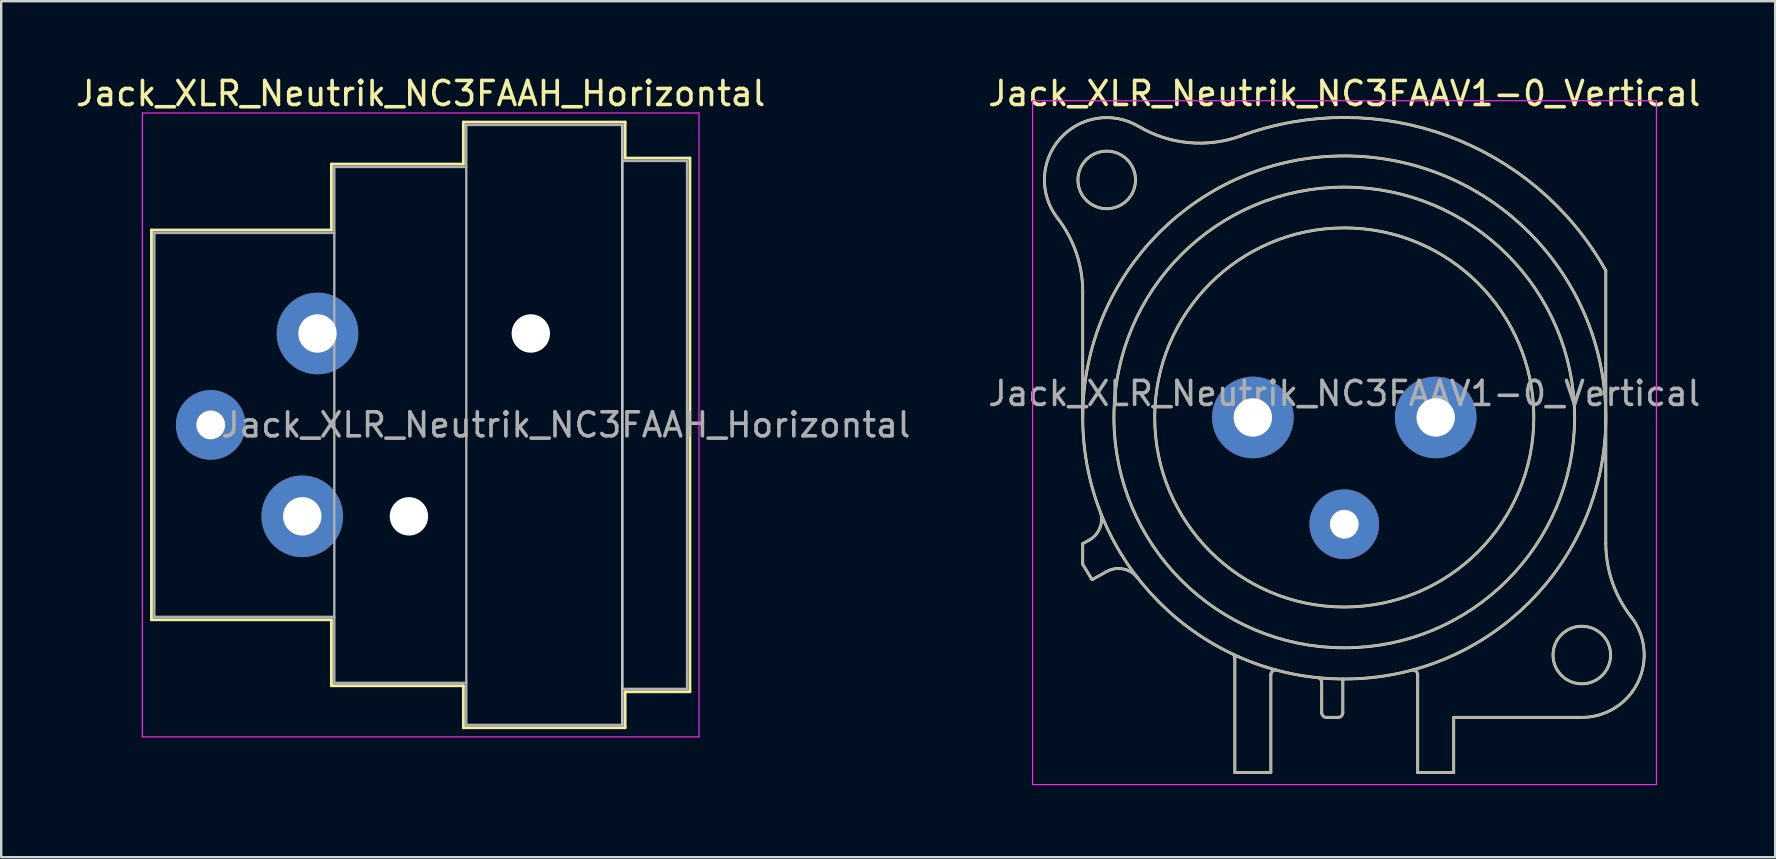
<source format=kicad_pcb>
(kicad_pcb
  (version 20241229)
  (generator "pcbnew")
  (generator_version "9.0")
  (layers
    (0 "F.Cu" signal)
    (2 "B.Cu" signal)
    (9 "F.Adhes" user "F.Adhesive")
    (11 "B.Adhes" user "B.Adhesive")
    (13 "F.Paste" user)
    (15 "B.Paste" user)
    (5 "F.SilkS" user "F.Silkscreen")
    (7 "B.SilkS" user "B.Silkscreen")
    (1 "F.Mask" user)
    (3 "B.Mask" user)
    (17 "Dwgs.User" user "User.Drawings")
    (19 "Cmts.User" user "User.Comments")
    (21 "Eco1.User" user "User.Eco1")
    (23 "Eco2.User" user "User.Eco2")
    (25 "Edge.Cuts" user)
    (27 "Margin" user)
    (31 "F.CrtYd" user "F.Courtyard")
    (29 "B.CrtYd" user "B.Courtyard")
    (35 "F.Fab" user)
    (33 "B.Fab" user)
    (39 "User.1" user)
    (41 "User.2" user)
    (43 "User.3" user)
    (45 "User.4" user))
  (footprint "Jack_XLR_Neutrik_NC3FAAH_Horizontal"
    (layer "F.Cu")
    (at 10.182 10.848)
    (property "Reference" "Jack_XLR_Neutrik_NC3FAAH_Horizontal" (at 4.3 -10 0) (layer "F.SilkS") (effects (font (size 1 1) (thickness 0.15))))
    (attr through_hole)
    (fp_line (start -6.92 -4.31) (end -6.92 11.93) (stroke (width 0.12) (type solid)) (layer "F.SilkS"))
    (fp_line (start 0.58 -7.06) (end 0.58 -4.31) (stroke (width 0.12) (type solid)) (layer "F.SilkS"))
    (fp_line (start 0.58 -4.31) (end -6.92 -4.31) (stroke (width 0.12) (type solid)) (layer "F.SilkS"))
    (fp_line (start 0.58 11.93) (end -6.92 11.93) (stroke (width 0.12) (type solid)) (layer "F.SilkS"))
    (fp_line (start 0.58 11.93) (end 0.58 14.68) (stroke (width 0.12) (type solid)) (layer "F.SilkS"))
    (fp_line (start 6.08 -7.06) (end 0.58 -7.06) (stroke (width 0.12) (type solid)) (layer "F.SilkS"))
    (fp_line (start 6.08 -7.06) (end 6.08 -8.81) (stroke (width 0.12) (type solid)) (layer "F.SilkS"))
    (fp_line (start 6.08 14.68) (end 0.58 14.68) (stroke (width 0.12) (type solid)) (layer "F.SilkS"))
    (fp_line (start 6.08 16.43) (end 6.08 14.68) (stroke (width 0.12) (type solid)) (layer "F.SilkS"))
    (fp_line (start 12.82 -8.81) (end 6.08 -8.81) (stroke (width 0.12) (type solid)) (layer "F.SilkS"))
    (fp_line (start 12.82 -8.81) (end 12.82 -7.31) (stroke (width 0.12) (type solid)) (layer "F.SilkS"))
    (fp_line (start 12.82 -7.31) (end 15.52 -7.31) (stroke (width 0.12) (type solid)) (layer "F.SilkS"))
    (fp_line (start 12.82 14.93) (end 12.82 16.43) (stroke (width 0.12) (type solid)) (layer "F.SilkS"))
    (fp_line (start 12.82 14.93) (end 15.52 14.93) (stroke (width 0.12) (type solid)) (layer "F.SilkS"))
    (fp_line (start 12.82 16.43) (end 6.08 16.43) (stroke (width 0.12) (type solid)) (layer "F.SilkS"))
    (fp_line (start 15.52 -7.31) (end 15.52 14.93) (stroke (width 0.12) (type solid)) (layer "F.SilkS"))
    (fp_line (start 12.7 -8.69) (end 12.7 16.31) (stroke (width 0.1) (type solid)) (layer "Dwgs.User"))
    (fp_line (start -7.3 -9.19) (end -7.3 16.81) (stroke (width 0.05) (type solid)) (layer "F.CrtYd"))
    (fp_line (start 15.9 -9.19) (end -7.3 -9.19) (stroke (width 0.05) (type solid)) (layer "F.CrtYd"))
    (fp_line (start 15.9 -9.19) (end 15.9 16.81) (stroke (width 0.05) (type solid)) (layer "F.CrtYd"))
    (fp_line (start 15.9 16.81) (end -7.3 16.81) (stroke (width 0.05) (type solid)) (layer "F.CrtYd"))
    (fp_line (start -6.8 -4.19) (end -6.8 11.81) (stroke (width 0.1) (type solid)) (layer "F.Fab"))
    (fp_line (start -6.8 11.81) (end 0.7 11.81) (stroke (width 0.1) (type solid)) (layer "F.Fab"))
    (fp_line (start 0.7 -6.94) (end 0.7 14.56) (stroke (width 0.1) (type solid)) (layer "F.Fab"))
    (fp_line (start 0.7 -4.19) (end -6.8 -4.19) (stroke (width 0.1) (type solid)) (layer "F.Fab"))
    (fp_line (start 0.7 14.56) (end 6.2 14.56) (stroke (width 0.1) (type solid)) (layer "F.Fab"))
    (fp_line (start 6.2 -8.69) (end 12.7 -8.69) (stroke (width 0.1) (type solid)) (layer "F.Fab"))
    (fp_line (start 6.2 -6.94) (end 0.7 -6.94) (stroke (width 0.1) (type solid)) (layer "F.Fab"))
    (fp_line (start 6.2 16.31) (end 6.2 -8.69) (stroke (width 0.1) (type solid)) (layer "F.Fab"))
    (fp_line (start 12.7 -8.69) (end 12.7 16.31) (stroke (width 0.1) (type solid)) (layer "F.Fab"))
    (fp_line (start 12.7 -7.19) (end 15.4 -7.19) (stroke (width 0.1) (type solid)) (layer "F.Fab"))
    (fp_line (start 12.7 16.31) (end 6.2 16.31) (stroke (width 0.1) (type solid)) (layer "F.Fab"))
    (fp_line (start 15.4 -7.19) (end 15.4 14.81) (stroke (width 0.1) (type solid)) (layer "F.Fab"))
    (fp_line (start 15.4 14.81) (end 12.7 14.81) (stroke (width 0.1) (type solid)) (layer "F.Fab"))
    (fp_text user "${REFERENCE}" (at 10.35 3.81 0) (layer "F.Fab") (effects (font (size 1 1) (thickness 0.15))))
    (pad "" np_thru_hole circle (at 3.81 7.62) (size 1.6 1.6) (drill 1.6) (layers "*.Cu" "*.Mask"))
    (pad "" np_thru_hole circle (at 8.89 0) (size 1.6 1.6) (drill 1.6) (layers "*.Cu" "*.Mask"))
    (pad "1" thru_hole circle (at 0 0) (size 3.4 3.4) (drill 1.6) (layers "*.Cu" "*.Mask"))
    (pad "2" thru_hole circle (at -0.635 7.62) (size 3.4 3.4) (drill 1.6) (layers "*.Cu" "*.Mask"))
    (pad "3" thru_hole circle (at -4.45 3.81) (size 2.9 2.9) (drill 1.2) (layers "*.Cu" "*.Mask")))
  (footprint "Jack_XLR_Neutrik_NC3FAAV1-0_Vertical"
    (layer "F.Cu")
    (at 56.783 14.348)
    (property "Reference" "Jack_XLR_Neutrik_NC3FAAV1-0_Vertical" (at -3.81 -13.5 0) (layer "F.SilkS") (effects (font (size 1 1) (thickness 0.15))))
    (attr through_hole)
    (fp_line (start -14.71 0) (end -14.71 -5.24) (stroke (width 0.12) (type solid)) (layer "F.SilkS"))
    (fp_line (start -14.71 5.26) (end -14.44 5.11) (stroke (width 0.12) (type solid)) (layer "F.SilkS"))
    (fp_line (start -14.71 6.12) (end -14.71 5.26) (stroke (width 0.12) (type solid)) (layer "F.SilkS"))
    (fp_line (start -14.32 6.76) (end -14.71 6.12) (stroke (width 0.12) (type solid)) (layer "F.SilkS"))
    (fp_line (start -13.71 6.42) (end -14.32 6.76) (stroke (width 0.12) (type solid)) (layer "F.SilkS"))
    (fp_line (start -8.37 10.03) (end -8.37 14.8) (stroke (width 0.12) (type solid)) (layer "F.SilkS"))
    (fp_line (start -6.87 14.8) (end -8.37 14.8) (stroke (width 0.12) (type solid)) (layer "F.SilkS"))
    (fp_line (start -6.87 14.8) (end -6.87 10.73) (stroke (width 0.12) (type solid)) (layer "F.SilkS"))
    (fp_line (start -4.75 11.04) (end -4.75 12.3) (stroke (width 0.12) (type solid)) (layer "F.SilkS"))
    (fp_line (start -4.07 12.5) (end -4.55 12.5) (stroke (width 0.12) (type solid)) (layer "F.SilkS"))
    (fp_line (start -3.87 10.9) (end -3.87 12.3) (stroke (width 0.12) (type solid)) (layer "F.SilkS"))
    (fp_line (start -0.75 10.73) (end -0.75 10.73) (stroke (width 0.12) (type solid)) (layer "F.SilkS"))
    (fp_line (start -0.75 14.8) (end -0.75 10.73) (stroke (width 0.12) (type solid)) (layer "F.SilkS"))
    (fp_line (start 0.75 12.5) (end 6.09 12.5) (stroke (width 0.12) (type solid)) (layer "F.SilkS"))
    (fp_line (start 0.75 14.8) (end -0.75 14.8) (stroke (width 0.12) (type solid)) (layer "F.SilkS"))
    (fp_line (start 0.75 14.8) (end 0.75 12.5) (stroke (width 0.12) (type solid)) (layer "F.SilkS"))
    (fp_line (start 7.09 5.24) (end 7.09 -6.12) (stroke (width 0.12) (type solid)) (layer "F.SilkS"))
    (fp_arc (start -15.766689 -8.317569) (mid -14.98153 -6.866962) (end -14.71 -5.24) (stroke (width 0.12) (type solid)) (layer "F.SilkS"))
    (fp_arc (start -15.761979 -8.309032) (mid -15.65429 -11.620911) (end -12.38 -12.13) (stroke (width 0.12) (type solid)) (layer "F.SilkS"))
    (fp_arc (start -13.969214 3.951372) (mid -13.999461 4.614043) (end -14.44 5.11) (stroke (width 0.12) (type solid)) (layer "F.SilkS"))
    (fp_arc (start -13.71 6.42) (mid -13.01025 6.315915) (end -12.412202 6.693832) (stroke (width 0.12) (type solid)) (layer "F.SilkS"))
    (fp_arc (start -8.436364 9.870864) (mid -8.385177 9.942924) (end -8.37 10.03) (stroke (width 0.12) (type solid)) (layer "F.SilkS"))
    (fp_arc (start -8.12905 -11.730738) (mid 0.51404 -11.7289) (end 7.09 -6.12) (stroke (width 0.12) (type solid)) (layer "F.SilkS"))
    (fp_arc (start -8.118081 -11.733841) (mid -10.293498 -11.453642) (end -12.38 -12.13) (stroke (width 0.12) (type solid)) (layer "F.SilkS"))
    (fp_arc (start -6.87 10.73) (mid -6.814828 10.588126) (end -6.678303 10.520799) (stroke (width 0.12) (type solid)) (layer "F.SilkS"))
    (fp_arc (start -4.908418 10.84437) (mid -4.794571 10.914136) (end -4.75 11.04) (stroke (width 0.12) (type solid)) (layer "F.SilkS"))
    (fp_arc (start -4.55 12.5) (mid -4.691421 12.441421) (end -4.75 12.3) (stroke (width 0.12) (type solid)) (layer "F.SilkS"))
    (fp_arc (start -3.87 12.3) (mid -3.928579 12.441421) (end -4.07 12.5) (stroke (width 0.12) (type solid)) (layer "F.SilkS"))
    (fp_arc (start -0.949009 10.520288) (mid -0.807671 10.585446) (end -0.75 10.73) (stroke (width 0.12) (type solid)) (layer "F.SilkS"))
    (fp_arc (start 8.141619 8.302858) (mid 8.42587 11.041804) (end 6.09 12.5) (stroke (width 0.12) (type solid)) (layer "F.SilkS"))
    (fp_arc (start 8.14247 8.305283) (mid 7.360446 6.860467) (end 7.09 5.24) (stroke (width 0.12) (type solid)) (layer "F.SilkS"))
    (fp_circle (center -13.71 -9.9) (end -12.51 -9.9) (stroke (width 0.12) (type solid)) (fill no) (layer "F.SilkS"))
    (fp_circle (center -3.81 0) (end 4.09 0) (stroke (width 0.12) (type solid)) (fill no) (layer "F.SilkS"))
    (fp_circle (center -3.81 0) (end 5.79 0) (stroke (width 0.12) (type solid)) (fill no) (layer "F.SilkS"))
    (fp_circle (center -3.81 0) (end 7.09 0) (stroke (width 0.12) (type solid)) (fill no) (layer "F.SilkS"))
    (fp_circle (center 6.09 9.9) (end 7.29 9.9) (stroke (width 0.12) (type solid)) (fill no) (layer "F.SilkS"))
    (fp_line (start -16.8 -13.2) (end 9.2 -13.2) (stroke (width 0.05) (type solid)) (layer "F.CrtYd"))
    (fp_line (start -16.8 15.3) (end -16.8 -13.2) (stroke (width 0.05) (type solid)) (layer "F.CrtYd"))
    (fp_line (start 9.2 -13.2) (end 9.2 15.3) (stroke (width 0.05) (type solid)) (layer "F.CrtYd"))
    (fp_line (start 9.2 15.3) (end -16.8 15.3) (stroke (width 0.05) (type solid)) (layer "F.CrtYd"))
    (fp_line (start -14.71 0) (end -14.71 -5.24) (stroke (width 0.1) (type solid)) (layer "F.Fab"))
    (fp_line (start -14.71 5.26) (end -14.44 5.11) (stroke (width 0.1) (type solid)) (layer "F.Fab"))
    (fp_line (start -14.71 6.12) (end -14.71 5.26) (stroke (width 0.1) (type solid)) (layer "F.Fab"))
    (fp_line (start -14.32 6.76) (end -14.71 6.12) (stroke (width 0.1) (type solid)) (layer "F.Fab"))
    (fp_line (start -13.71 6.42) (end -14.32 6.76) (stroke (width 0.1) (type solid)) (layer "F.Fab"))
    (fp_line (start -8.37 10.03) (end -8.37 14.8) (stroke (width 0.1) (type solid)) (layer "F.Fab"))
    (fp_line (start -6.87 14.8) (end -8.37 14.8) (stroke (width 0.1) (type solid)) (layer "F.Fab"))
    (fp_line (start -6.87 14.8) (end -6.87 10.73) (stroke (width 0.1) (type solid)) (layer "F.Fab"))
    (fp_line (start -4.75 11.04) (end -4.75 12.3) (stroke (width 0.1) (type solid)) (layer "F.Fab"))
    (fp_line (start -4.07 12.5) (end -4.55 12.5) (stroke (width 0.1) (type solid)) (layer "F.Fab"))
    (fp_line (start -3.87 10.9) (end -3.87 12.3) (stroke (width 0.1) (type solid)) (layer "F.Fab"))
    (fp_line (start -0.75 10.73) (end -0.75 10.73) (stroke (width 0.1) (type solid)) (layer "F.Fab"))
    (fp_line (start -0.75 14.8) (end -0.75 10.73) (stroke (width 0.1) (type solid)) (layer "F.Fab"))
    (fp_line (start 0.75 12.5) (end 6.09 12.5) (stroke (width 0.1) (type solid)) (layer "F.Fab"))
    (fp_line (start 0.75 14.8) (end -0.75 14.8) (stroke (width 0.1) (type solid)) (layer "F.Fab"))
    (fp_line (start 0.75 14.8) (end 0.75 12.5) (stroke (width 0.1) (type solid)) (layer "F.Fab"))
    (fp_line (start 7.09 5.24) (end 7.09 -6.12) (stroke (width 0.1) (type solid)) (layer "F.Fab"))
    (fp_arc (start -15.766689 -8.317569) (mid -14.98153 -6.866962) (end -14.71 -5.24) (stroke (width 0.1) (type solid)) (layer "F.Fab"))
    (fp_arc (start -15.761979 -8.309032) (mid -15.65429 -11.620911) (end -12.38 -12.13) (stroke (width 0.1) (type solid)) (layer "F.Fab"))
    (fp_arc (start -13.969214 3.951372) (mid -13.999461 4.614043) (end -14.44 5.11) (stroke (width 0.1) (type solid)) (layer "F.Fab"))
    (fp_arc (start -13.71 6.42) (mid -13.01025 6.315915) (end -12.412202 6.693832) (stroke (width 0.1) (type solid)) (layer "F.Fab"))
    (fp_arc (start -8.436364 9.870864) (mid -8.385177 9.942924) (end -8.37 10.03) (stroke (width 0.1) (type solid)) (layer "F.Fab"))
    (fp_arc (start -8.12905 -11.730738) (mid 0.51404 -11.7289) (end 7.09 -6.12) (stroke (width 0.1) (type solid)) (layer "F.Fab"))
    (fp_arc (start -8.118081 -11.733841) (mid -10.293498 -11.453642) (end -12.38 -12.13) (stroke (width 0.1) (type solid)) (layer "F.Fab"))
    (fp_arc (start -6.87 10.73) (mid -6.814828 10.588126) (end -6.678303 10.520799) (stroke (width 0.1) (type solid)) (layer "F.Fab"))
    (fp_arc (start -4.908418 10.84437) (mid -4.794571 10.914136) (end -4.75 11.04) (stroke (width 0.1) (type solid)) (layer "F.Fab"))
    (fp_arc (start -4.55 12.5) (mid -4.691421 12.441421) (end -4.75 12.3) (stroke (width 0.1) (type solid)) (layer "F.Fab"))
    (fp_arc (start -3.87 12.3) (mid -3.928579 12.441421) (end -4.07 12.5) (stroke (width 0.1) (type solid)) (layer "F.Fab"))
    (fp_arc (start -0.949009 10.520288) (mid -0.807671 10.585446) (end -0.75 10.73) (stroke (width 0.1) (type solid)) (layer "F.Fab"))
    (fp_arc (start 8.141619 8.302858) (mid 8.42587 11.041804) (end 6.09 12.5) (stroke (width 0.1) (type solid)) (layer "F.Fab"))
    (fp_arc (start 8.14247 8.305283) (mid 7.360446 6.860467) (end 7.09 5.24) (stroke (width 0.1) (type solid)) (layer "F.Fab"))
    (fp_circle (center -13.71 -9.9) (end -12.51 -9.9) (stroke (width 0.1) (type solid)) (fill no) (layer "F.Fab"))
    (fp_circle (center -3.81 0) (end 4.09 0) (stroke (width 0.1) (type solid)) (fill no) (layer "F.Fab"))
    (fp_circle (center -3.81 0) (end 5.79 0) (stroke (width 0.1) (type solid)) (fill no) (layer "F.Fab"))
    (fp_circle (center -3.81 0) (end 7.09 0) (stroke (width 0.1) (type solid)) (fill no) (layer "F.Fab"))
    (fp_circle (center 6.09 9.9) (end 7.29 9.9) (stroke (width 0.1) (type solid)) (fill no) (layer "F.Fab"))
    (fp_text user "${REFERENCE}" (at -3.81 -1 0) (layer "F.Fab") (effects (font (size 1 1) (thickness 0.15))))
    (pad "1" thru_hole circle (at 0 0) (size 3.4 3.4) (drill 1.6) (layers "*.Cu" "*.Mask"))
    (pad "2" thru_hole circle (at -7.62 0) (size 3.4 3.4) (drill 1.6) (layers "*.Cu" "*.Mask"))
    (pad "3" thru_hole circle (at -3.81 4.45) (size 2.9 2.9) (drill 1.2) (layers "*.Cu" "*.Mask")))
  (gr_rect
    (start -3 -3)
    (end 70.931 32.673)
    (stroke (width 0.1) (type default))
    (fill no)
    (layer "Edge.Cuts")))
</source>
